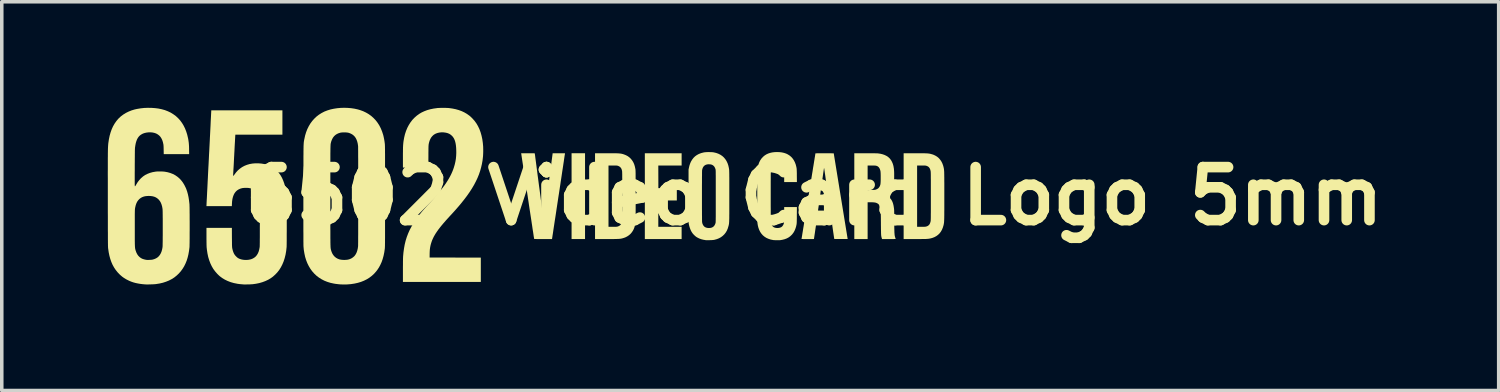
<source format=kicad_pcb>
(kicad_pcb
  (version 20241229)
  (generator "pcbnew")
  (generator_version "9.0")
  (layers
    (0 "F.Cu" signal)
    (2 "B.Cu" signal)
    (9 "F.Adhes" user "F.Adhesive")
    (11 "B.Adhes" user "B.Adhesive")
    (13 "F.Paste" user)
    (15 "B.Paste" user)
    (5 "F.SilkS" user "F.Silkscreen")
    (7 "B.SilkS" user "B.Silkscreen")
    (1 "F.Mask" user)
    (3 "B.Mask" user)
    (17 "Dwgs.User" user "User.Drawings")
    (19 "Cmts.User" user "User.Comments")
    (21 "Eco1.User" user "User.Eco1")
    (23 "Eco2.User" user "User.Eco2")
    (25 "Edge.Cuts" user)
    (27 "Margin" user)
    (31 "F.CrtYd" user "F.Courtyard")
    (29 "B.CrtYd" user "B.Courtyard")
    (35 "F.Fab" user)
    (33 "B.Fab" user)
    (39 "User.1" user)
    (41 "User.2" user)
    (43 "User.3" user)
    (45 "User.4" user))
  (footprint "6502 Video Card Logo 5mm"
    (layer "F.Cu")
    (at 19.985 2.5)
    (property "Reference" "6502 Video Card Logo 5mm" (at 0 0 0) (layer "F.SilkS") (effects (font (size 1.5 1.5) (thickness 0.3))))
    (attr board_only exclude_from_pos_files exclude_from_bom)
    (fp_poly (pts (xy -6.481 0) (xy -6.481 1.214) (xy -6.672 1.214) (xy -6.862 1.214) (xy -6.862 0) (xy -6.862 -1.214) (xy -6.672 -1.214) (xy -6.481 -1.214)) (stroke (width 0) (type solid)) (fill yes) (layer "F.SilkS"))
    (fp_poly (pts (xy -3.748 -1.041) (xy -3.748 -0.867) (xy -4.078 -0.867) (xy -4.408 -0.867) (xy -4.407 -0.547) (xy -4.406 -0.226) (xy -4.145 -0.225) (xy -3.884 -0.224) (xy -3.884 -0.051) (xy -3.884 0.123) (xy -4.146 0.123) (xy -4.408 0.123) (xy -4.408 0.495) (xy -4.408 0.867) (xy -4.078 0.867) (xy -3.748 0.867) (xy -3.748 1.041) (xy -3.748 1.214) (xy -4.269 1.214) (xy -4.789 1.214) (xy -4.789 0) (xy -4.789 -1.214) (xy -4.269 -1.214) (xy -3.748 -1.214)) (stroke (width 0) (type solid)) (fill yes) (layer "F.SilkS"))
    (fp_poly (pts (xy -8.048 -1.214) (xy -8.009 -1.214) (xy -7.977 -1.214) (xy -7.951 -1.213) (xy -7.932 -1.213) (xy -7.918 -1.212) (xy -7.909 -1.211) (xy -7.904 -1.21) (xy -7.903 -1.209) (xy -7.902 -1.204) (xy -7.901 -1.191) (xy -7.898 -1.171) (xy -7.894 -1.144) (xy -7.89 -1.11) (xy -7.885 -1.07) (xy -7.879 -1.025) (xy -7.872 -0.974) (xy -7.865 -0.919) (xy -7.857 -0.86) (xy -7.849 -0.796) (xy -7.84 -0.73) (xy -7.831 -0.66) (xy -7.822 -0.588) (xy -7.812 -0.515) (xy -7.802 -0.439) (xy -7.792 -0.363) (xy -7.782 -0.286) (xy -7.771 -0.209) (xy -7.761 -0.133) (xy -7.751 -0.057) (xy -7.741 0.017) (xy -7.732 0.09) (xy -7.722 0.161) (xy -7.713 0.229) (xy -7.705 0.293) (xy -7.697 0.354) (xy -7.689 0.411) (xy -7.682 0.464) (xy -7.676 0.512) (xy -7.67 0.554) (xy -7.665 0.59) (xy -7.661 0.62) (xy -7.658 0.643) (xy -7.656 0.659) (xy -7.655 0.667) (xy -7.655 0.668) (xy -7.651 0.671) (xy -7.649 0.67) (xy -7.648 0.666) (xy -7.646 0.653) (xy -7.643 0.633) (xy -7.64 0.606) (xy -7.635 0.571) (xy -7.629 0.531) (xy -7.623 0.484) (xy -7.616 0.431) (xy -7.608 0.373) (xy -7.599 0.31) (xy -7.59 0.242) (xy -7.58 0.17) (xy -7.57 0.095) (xy -7.56 0.015) (xy -7.549 -0.067) (xy -7.537 -0.152) (xy -7.526 -0.239) (xy -7.521 -0.274) (xy -7.397 -1.214) (xy -7.223 -1.214) (xy -7.185 -1.214) (xy -7.15 -1.214) (xy -7.119 -1.214) (xy -7.093 -1.214) (xy -7.071 -1.213) (xy -7.057 -1.213) (xy -7.049 -1.213) (xy -7.048 -1.213) (xy -7.049 -1.208) (xy -7.05 -1.196) (xy -7.053 -1.176) (xy -7.058 -1.149) (xy -7.063 -1.115) (xy -7.069 -1.075) (xy -7.076 -1.029) (xy -7.083 -0.977) (xy -7.092 -0.92) (xy -7.101 -0.858) (xy -7.111 -0.792) (xy -7.122 -0.723) (xy -7.133 -0.649) (xy -7.144 -0.573) (xy -7.156 -0.493) (xy -7.169 -0.412) (xy -7.181 -0.328) (xy -7.194 -0.243) (xy -7.207 -0.157) (xy -7.22 -0.07) (xy -7.234 0.017) (xy -7.247 0.104) (xy -7.26 0.19) (xy -7.273 0.276) (xy -7.286 0.36) (xy -7.298 0.443) (xy -7.31 0.523) (xy -7.322 0.601) (xy -7.334 0.676) (xy -7.345 0.748) (xy -7.355 0.816) (xy -7.365 0.88) (xy -7.374 0.94) (xy -7.382 0.994) (xy -7.389 1.043) (xy -7.396 1.087) (xy -7.402 1.124) (xy -7.406 1.154) (xy -7.41 1.178) (xy -7.412 1.195) (xy -7.414 1.203) (xy -7.414 1.205) (xy -7.416 1.214) (xy -7.668 1.214) (xy -7.723 1.214) (xy -7.769 1.214) (xy -7.809 1.214) (xy -7.841 1.214) (xy -7.867 1.213) (xy -7.888 1.213) (xy -7.903 1.212) (xy -7.913 1.211) (xy -7.919 1.21) (xy -7.921 1.209) (xy -7.921 1.209) (xy -7.922 1.204) (xy -7.924 1.192) (xy -7.927 1.171) (xy -7.932 1.144) (xy -7.937 1.109) (xy -7.943 1.068) (xy -7.95 1.02) (xy -7.959 0.966) (xy -7.968 0.907) (xy -7.977 0.842) (xy -7.988 0.772) (xy -7.999 0.697) (xy -8.011 0.618) (xy -8.024 0.535) (xy -8.037 0.448) (xy -8.051 0.358) (xy -8.065 0.265) (xy -8.079 0.169) (xy -8.094 0.071) (xy -8.103 0.008) (xy -8.118 -0.091) (xy -8.133 -0.189) (xy -8.148 -0.284) (xy -8.161 -0.376) (xy -8.175 -0.465) (xy -8.188 -0.551) (xy -8.2 -0.633) (xy -8.212 -0.711) (xy -8.223 -0.784) (xy -8.233 -0.852) (xy -8.243 -0.916) (xy -8.252 -0.974) (xy -8.26 -1.026) (xy -8.267 -1.072) (xy -8.273 -1.112) (xy -8.278 -1.144) (xy -8.281 -1.17) (xy -8.284 -1.188) (xy -8.286 -1.198) (xy -8.286 -1.2) (xy -8.289 -1.214) (xy -8.096 -1.214)) (stroke (width 0) (type solid)) (fill yes) (layer "F.SilkS"))
    (fp_poly (pts (xy -5.81 -1.214) (xy -5.751 -1.214) (xy -5.698 -1.214) (xy -5.653 -1.213) (xy -5.613 -1.213) (xy -5.578 -1.212) (xy -5.548 -1.211) (xy -5.522 -1.209) (xy -5.5 -1.207) (xy -5.479 -1.205) (xy -5.461 -1.202) (xy -5.444 -1.199) (xy -5.428 -1.195) (xy -5.411 -1.191) (xy -5.395 -1.185) (xy -5.383 -1.182) (xy -5.325 -1.159) (xy -5.272 -1.131) (xy -5.225 -1.096) (xy -5.194 -1.067) (xy -5.16 -1.027) (xy -5.131 -0.985) (xy -5.106 -0.939) (xy -5.086 -0.889) (xy -5.07 -0.833) (xy -5.057 -0.77) (xy -5.057 -0.77) (xy -5.056 -0.764) (xy -5.055 -0.758) (xy -5.054 -0.75) (xy -5.053 -0.742) (xy -5.053 -0.732) (xy -5.052 -0.72) (xy -5.052 -0.706) (xy -5.051 -0.689) (xy -5.051 -0.668) (xy -5.05 -0.645) (xy -5.05 -0.617) (xy -5.05 -0.584) (xy -5.05 -0.547) (xy -5.05 -0.505) (xy -5.049 -0.458) (xy -5.049 -0.404) (xy -5.049 -0.344) (xy -5.049 -0.277) (xy -5.049 -0.204) (xy -5.049 -0.122) (xy -5.049 -0.033) (xy -5.049 0) (xy -5.049 0.092) (xy -5.049 0.176) (xy -5.049 0.253) (xy -5.049 0.322) (xy -5.049 0.384) (xy -5.049 0.44) (xy -5.049 0.49) (xy -5.05 0.534) (xy -5.05 0.572) (xy -5.05 0.606) (xy -5.05 0.635) (xy -5.051 0.661) (xy -5.051 0.682) (xy -5.052 0.7) (xy -5.052 0.715) (xy -5.053 0.728) (xy -5.053 0.739) (xy -5.054 0.748) (xy -5.055 0.755) (xy -5.056 0.762) (xy -5.057 0.768) (xy -5.057 0.77) (xy -5.07 0.833) (xy -5.086 0.889) (xy -5.106 0.939) (xy -5.131 0.985) (xy -5.16 1.027) (xy -5.194 1.067) (xy -5.194 1.067) (xy -5.238 1.106) (xy -5.287 1.139) (xy -5.342 1.167) (xy -5.384 1.182) (xy -5.401 1.187) (xy -5.418 1.192) (xy -5.434 1.197) (xy -5.45 1.2) (xy -5.468 1.203) (xy -5.486 1.206) (xy -5.508 1.208) (xy -5.532 1.21) (xy -5.559 1.211) (xy -5.591 1.212) (xy -5.627 1.213) (xy -5.669 1.214) (xy -5.718 1.214) (xy -5.773 1.214) (xy -5.835 1.214) (xy -5.877 1.214) (xy -6.198 1.214) (xy -6.198 0) (xy -5.817 0) (xy -5.817 0.867) (xy -5.699 0.867) (xy -5.663 0.867) (xy -5.635 0.867) (xy -5.612 0.867) (xy -5.595 0.866) (xy -5.582 0.865) (xy -5.571 0.863) (xy -5.562 0.861) (xy -5.555 0.859) (xy -5.52 0.845) (xy -5.49 0.825) (xy -5.467 0.8) (xy -5.45 0.769) (xy -5.437 0.732) (xy -5.434 0.717) (xy -5.433 0.712) (xy -5.432 0.705) (xy -5.432 0.696) (xy -5.431 0.684) (xy -5.431 0.67) (xy -5.43 0.652) (xy -5.43 0.63) (xy -5.429 0.605) (xy -5.429 0.575) (xy -5.429 0.54) (xy -5.428 0.5) (xy -5.428 0.455) (xy -5.428 0.403) (xy -5.428 0.345) (xy -5.428 0.28) (xy -5.428 0.209) (xy -5.428 0.129) (xy -5.428 0.042) (xy -5.428 0) (xy -5.428 -0.091) (xy -5.428 -0.174) (xy -5.428 -0.249) (xy -5.428 -0.317) (xy -5.428 -0.378) (xy -5.428 -0.432) (xy -5.428 -0.48) (xy -5.429 -0.523) (xy -5.429 -0.56) (xy -5.429 -0.592) (xy -5.429 -0.619) (xy -5.43 -0.643) (xy -5.43 -0.662) (xy -5.431 -0.678) (xy -5.431 -0.691) (xy -5.432 -0.701) (xy -5.433 -0.709) (xy -5.434 -0.715) (xy -5.434 -0.717) (xy -5.445 -0.757) (xy -5.46 -0.79) (xy -5.482 -0.817) (xy -5.509 -0.839) (xy -5.542 -0.855) (xy -5.555 -0.859) (xy -5.564 -0.862) (xy -5.573 -0.864) (xy -5.584 -0.865) (xy -5.598 -0.866) (xy -5.616 -0.867) (xy -5.639 -0.867) (xy -5.669 -0.867) (xy -5.699 -0.867) (xy -5.817 -0.867) (xy -5.817 0) (xy -6.198 0) (xy -6.198 -1.214) (xy -5.877 -1.214)) (stroke (width 0) (type solid)) (fill yes) (layer "F.SilkS"))
    (fp_poly (pts (xy 2.857 -1.214) (xy 2.921 -1.214) (xy 2.978 -1.214) (xy 3.027 -1.214) (xy 3.07 -1.213) (xy 3.107 -1.213) (xy 3.139 -1.212) (xy 3.167 -1.211) (xy 3.19 -1.21) (xy 3.211 -1.209) (xy 3.229 -1.207) (xy 3.246 -1.205) (xy 3.261 -1.203) (xy 3.276 -1.2) (xy 3.291 -1.197) (xy 3.306 -1.193) (xy 3.369 -1.175) (xy 3.426 -1.149) (xy 3.478 -1.118) (xy 3.524 -1.08) (xy 3.564 -1.036) (xy 3.599 -0.986) (xy 3.628 -0.93) (xy 3.651 -0.868) (xy 3.662 -0.827) (xy 3.665 -0.815) (xy 3.667 -0.804) (xy 3.67 -0.792) (xy 3.672 -0.781) (xy 3.674 -0.769) (xy 3.676 -0.756) (xy 3.677 -0.742) (xy 3.678 -0.726) (xy 3.68 -0.707) (xy 3.681 -0.686) (xy 3.682 -0.662) (xy 3.682 -0.634) (xy 3.683 -0.603) (xy 3.683 -0.566) (xy 3.684 -0.526) (xy 3.684 -0.48) (xy 3.684 -0.428) (xy 3.685 -0.37) (xy 3.685 -0.306) (xy 3.685 -0.235) (xy 3.685 -0.157) (xy 3.685 -0.071) (xy 3.685 0) (xy 3.685 0.092) (xy 3.685 0.176) (xy 3.685 0.253) (xy 3.685 0.322) (xy 3.685 0.385) (xy 3.684 0.441) (xy 3.684 0.491) (xy 3.684 0.536) (xy 3.683 0.576) (xy 3.683 0.611) (xy 3.682 0.641) (xy 3.681 0.668) (xy 3.68 0.692) (xy 3.679 0.712) (xy 3.678 0.73) (xy 3.677 0.746) (xy 3.675 0.759) (xy 3.673 0.772) (xy 3.671 0.784) (xy 3.669 0.795) (xy 3.667 0.806) (xy 3.664 0.818) (xy 3.662 0.827) (xy 3.642 0.893) (xy 3.617 0.953) (xy 3.586 1.007) (xy 3.549 1.055) (xy 3.506 1.096) (xy 3.458 1.131) (xy 3.404 1.16) (xy 3.344 1.183) (xy 3.306 1.193) (xy 3.29 1.197) (xy 3.275 1.2) (xy 3.26 1.203) (xy 3.245 1.205) (xy 3.228 1.207) (xy 3.21 1.209) (xy 3.189 1.21) (xy 3.165 1.212) (xy 3.138 1.212) (xy 3.105 1.213) (xy 3.068 1.213) (xy 3.024 1.214) (xy 2.975 1.214) (xy 2.918 1.214) (xy 2.857 1.214) (xy 2.534 1.214) (xy 2.534 0) (xy 2.915 0) (xy 2.915 0.867) (xy 3.032 0.867) (xy 3.067 0.867) (xy 3.095 0.867) (xy 3.117 0.867) (xy 3.135 0.866) (xy 3.148 0.865) (xy 3.159 0.863) (xy 3.168 0.861) (xy 3.177 0.859) (xy 3.211 0.846) (xy 3.239 0.827) (xy 3.261 0.804) (xy 3.278 0.774) (xy 3.291 0.737) (xy 3.296 0.717) (xy 3.297 0.712) (xy 3.298 0.706) (xy 3.299 0.7) (xy 3.3 0.692) (xy 3.3 0.683) (xy 3.301 0.672) (xy 3.301 0.658) (xy 3.302 0.641) (xy 3.302 0.622) (xy 3.303 0.598) (xy 3.303 0.571) (xy 3.303 0.539) (xy 3.303 0.502) (xy 3.304 0.46) (xy 3.304 0.413) (xy 3.304 0.359) (xy 3.304 0.298) (xy 3.304 0.231) (xy 3.304 0.157) (xy 3.304 0.075) (xy 3.304 0) (xy 3.304 -0.089) (xy 3.304 -0.17) (xy 3.304 -0.243) (xy 3.304 -0.309) (xy 3.304 -0.368) (xy 3.304 -0.421) (xy 3.304 -0.468) (xy 3.303 -0.509) (xy 3.303 -0.545) (xy 3.303 -0.576) (xy 3.303 -0.602) (xy 3.302 -0.625) (xy 3.302 -0.644) (xy 3.301 -0.66) (xy 3.301 -0.674) (xy 3.3 -0.685) (xy 3.299 -0.694) (xy 3.299 -0.701) (xy 3.298 -0.707) (xy 3.297 -0.713) (xy 3.296 -0.717) (xy 3.285 -0.757) (xy 3.27 -0.79) (xy 3.25 -0.817) (xy 3.225 -0.838) (xy 3.194 -0.853) (xy 3.177 -0.859) (xy 3.168 -0.861) (xy 3.158 -0.863) (xy 3.147 -0.865) (xy 3.133 -0.866) (xy 3.116 -0.867) (xy 3.094 -0.867) (xy 3.065 -0.867) (xy 3.032 -0.867) (xy 2.915 -0.867) (xy 2.915 0) (xy 2.534 0) (xy 2.534 -1.214)) (stroke (width 0) (type solid)) (fill yes) (layer "F.SilkS"))
    (fp_poly (pts (xy 0.259 -1.213) (xy 0.297 -1.213) (xy 0.556 -1.212) (xy 0.753 0) (xy 0.95 1.212) (xy 0.762 1.213) (xy 0.723 1.213) (xy 0.687 1.213) (xy 0.654 1.213) (xy 0.625 1.213) (xy 0.602 1.213) (xy 0.585 1.213) (xy 0.575 1.212) (xy 0.572 1.212) (xy 0.571 1.208) (xy 0.569 1.196) (xy 0.566 1.178) (xy 0.562 1.154) (xy 0.558 1.125) (xy 0.553 1.093) (xy 0.548 1.057) (xy 0.542 1.02) (xy 0.537 0.982) (xy 0.531 0.944) (xy 0.526 0.907) (xy 0.521 0.871) (xy 0.516 0.838) (xy 0.512 0.809) (xy 0.508 0.785) (xy 0.506 0.765) (xy 0.504 0.753) (xy 0.504 0.748) (xy 0.503 0.746) (xy 0.502 0.745) (xy 0.498 0.744) (xy 0.492 0.743) (xy 0.483 0.742) (xy 0.469 0.741) (xy 0.452 0.741) (xy 0.428 0.741) (xy 0.399 0.741) (xy 0.364 0.741) (xy 0.321 0.741) (xy 0.285 0.741) (xy 0.066 0.742) (xy 0.031 0.977) (xy 0.025 1.021) (xy 0.019 1.062) (xy 0.013 1.099) (xy 0.008 1.133) (xy 0.004 1.161) (xy 0.000403 1.185) (xy -0.002 1.201) (xy -0.004 1.211) (xy -0.004 1.213) (xy -0.008 1.213) (xy -0.02 1.214) (xy -0.037 1.214) (xy -0.06 1.214) (xy -0.088 1.214) (xy -0.118 1.214) (xy -0.15 1.214) (xy -0.184 1.214) (xy -0.217 1.214) (xy -0.249 1.214) (xy -0.278 1.214) (xy -0.305 1.214) (xy -0.327 1.213) (xy -0.343 1.213) (xy -0.353 1.213) (xy -0.355 1.213) (xy -0.355 1.208) (xy -0.353 1.196) (xy -0.349 1.176) (xy -0.345 1.149) (xy -0.339 1.114) (xy -0.333 1.073) (xy -0.325 1.026) (xy -0.316 0.972) (xy -0.307 0.913) (xy -0.296 0.849) (xy -0.285 0.779) (xy -0.273 0.705) (xy -0.26 0.626) (xy -0.247 0.543) (xy -0.233 0.456) (xy -0.224 0.405) (xy 0.111 0.405) (xy 0.113 0.406) (xy 0.116 0.407) (xy 0.123 0.408) (xy 0.133 0.409) (xy 0.147 0.41) (xy 0.167 0.41) (xy 0.192 0.41) (xy 0.224 0.41) (xy 0.264 0.41) (xy 0.283 0.41) (xy 0.457 0.41) (xy 0.455 0.401) (xy 0.454 0.396) (xy 0.452 0.382) (xy 0.449 0.362) (xy 0.445 0.334) (xy 0.44 0.3) (xy 0.435 0.261) (xy 0.428 0.215) (xy 0.421 0.165) (xy 0.413 0.11) (xy 0.405 0.051) (xy 0.396 -0.012) (xy 0.387 -0.077) (xy 0.377 -0.145) (xy 0.37 -0.199) (xy 0.36 -0.268) (xy 0.35 -0.336) (xy 0.341 -0.4) (xy 0.332 -0.462) (xy 0.324 -0.519) (xy 0.317 -0.573) (xy 0.31 -0.621) (xy 0.303 -0.665) (xy 0.298 -0.702) (xy 0.293 -0.734) (xy 0.29 -0.759) (xy 0.287 -0.778) (xy 0.285 -0.788) (xy 0.285 -0.791) (xy 0.281 -0.79) (xy 0.28 -0.789) (xy 0.279 -0.784) (xy 0.277 -0.772) (xy 0.274 -0.752) (xy 0.27 -0.725) (xy 0.265 -0.691) (xy 0.259 -0.652) (xy 0.253 -0.607) (xy 0.246 -0.557) (xy 0.238 -0.503) (xy 0.23 -0.444) (xy 0.221 -0.382) (xy 0.212 -0.317) (xy 0.202 -0.249) (xy 0.195 -0.195) (xy 0.185 -0.125) (xy 0.176 -0.057) (xy 0.167 0.007) (xy 0.158 0.069) (xy 0.15 0.127) (xy 0.143 0.181) (xy 0.136 0.23) (xy 0.13 0.274) (xy 0.125 0.312) (xy 0.12 0.344) (xy 0.116 0.37) (xy 0.114 0.389) (xy 0.112 0.4) (xy 0.112 0.403) (xy 0.111 0.405) (xy -0.224 0.405) (xy -0.218 0.366) (xy -0.203 0.273) (xy -0.187 0.177) (xy -0.171 0.079) (xy -0.159 0.002) (xy -0.142 -0.098) (xy -0.126 -0.196) (xy -0.111 -0.291) (xy -0.096 -0.383) (xy -0.081 -0.473) (xy -0.067 -0.559) (xy -0.054 -0.641) (xy -0.041 -0.718) (xy -0.03 -0.792) (xy -0.018 -0.861) (xy -0.008 -0.924) (xy 0.001 -0.982) (xy 0.01 -1.034) (xy 0.017 -1.08) (xy 0.024 -1.12) (xy 0.029 -1.153) (xy 0.033 -1.179) (xy 0.036 -1.197) (xy 0.038 -1.208) (xy 0.038 -1.21) (xy 0.042 -1.211) (xy 0.054 -1.212) (xy 0.073 -1.212) (xy 0.099 -1.213) (xy 0.132 -1.213) (xy 0.169 -1.213) (xy 0.212 -1.213)) (stroke (width 0) (type solid)) (fill yes) (layer "F.SilkS"))
    (fp_poly (pts (xy 1.508 -1.214) (xy 1.564 -1.214) (xy 1.616 -1.214) (xy 1.663 -1.213) (xy 1.704 -1.213) (xy 1.739 -1.212) (xy 1.767 -1.211) (xy 1.789 -1.211) (xy 1.802 -1.21) (xy 1.803 -1.21) (xy 1.875 -1.2) (xy 1.941 -1.184) (xy 2 -1.163) (xy 2.052 -1.137) (xy 2.099 -1.105) (xy 2.14 -1.067) (xy 2.174 -1.023) (xy 2.203 -0.973) (xy 2.227 -0.917) (xy 2.245 -0.855) (xy 2.257 -0.786) (xy 2.259 -0.774) (xy 2.261 -0.75) (xy 2.263 -0.72) (xy 2.265 -0.684) (xy 2.266 -0.645) (xy 2.266 -0.604) (xy 2.266 -0.563) (xy 2.266 -0.524) (xy 2.265 -0.488) (xy 2.264 -0.46) (xy 2.258 -0.396) (xy 2.25 -0.338) (xy 2.238 -0.286) (xy 2.222 -0.239) (xy 2.202 -0.196) (xy 2.195 -0.183) (xy 2.172 -0.149) (xy 2.144 -0.116) (xy 2.111 -0.086) (xy 2.077 -0.06) (xy 2.043 -0.04) (xy 2.037 -0.038) (xy 2.024 -0.031) (xy 2.019 -0.025) (xy 2.021 -0.021) (xy 2.03 -0.016) (xy 2.074 0.004) (xy 2.112 0.027) (xy 2.146 0.055) (xy 2.175 0.087) (xy 2.199 0.124) (xy 2.219 0.166) (xy 2.236 0.215) (xy 2.249 0.271) (xy 2.259 0.334) (xy 2.261 0.348) (xy 2.262 0.362) (xy 2.264 0.377) (xy 2.265 0.395) (xy 2.266 0.417) (xy 2.266 0.442) (xy 2.267 0.473) (xy 2.267 0.509) (xy 2.267 0.551) (xy 2.268 0.601) (xy 2.268 0.648) (xy 2.268 0.731) (xy 2.268 0.806) (xy 2.269 0.873) (xy 2.27 0.931) (xy 2.272 0.983) (xy 2.273 1.026) (xy 2.276 1.062) (xy 2.278 1.091) (xy 2.281 1.113) (xy 2.282 1.122) (xy 2.293 1.163) (xy 2.306 1.202) (xy 2.308 1.207) (xy 2.308 1.208) (xy 2.307 1.21) (xy 2.304 1.211) (xy 2.298 1.212) (xy 2.289 1.213) (xy 2.275 1.213) (xy 2.257 1.214) (xy 2.232 1.214) (xy 2.202 1.214) (xy 2.165 1.214) (xy 2.12 1.214) (xy 2.117 1.214) (xy 1.922 1.214) (xy 1.917 1.194) (xy 1.913 1.18) (xy 1.909 1.168) (xy 1.906 1.157) (xy 1.904 1.146) (xy 1.902 1.135) (xy 1.9 1.123) (xy 1.898 1.109) (xy 1.897 1.094) (xy 1.896 1.075) (xy 1.895 1.053) (xy 1.894 1.027) (xy 1.894 0.996) (xy 1.893 0.96) (xy 1.892 0.917) (xy 1.892 0.869) (xy 1.891 0.813) (xy 1.891 0.753) (xy 1.89 0.687) (xy 1.89 0.629) (xy 1.889 0.577) (xy 1.888 0.533) (xy 1.888 0.495) (xy 1.887 0.462) (xy 1.886 0.434) (xy 1.885 0.41) (xy 1.884 0.39) (xy 1.882 0.373) (xy 1.88 0.359) (xy 1.878 0.346) (xy 1.876 0.335) (xy 1.873 0.324) (xy 1.87 0.314) (xy 1.868 0.306) (xy 1.854 0.27) (xy 1.836 0.242) (xy 1.813 0.219) (xy 1.785 0.201) (xy 1.775 0.197) (xy 1.757 0.189) (xy 1.736 0.183) (xy 1.713 0.179) (xy 1.685 0.176) (xy 1.652 0.174) (xy 1.612 0.173) (xy 1.601 0.173) (xy 1.515 0.173) (xy 1.515 0.694) (xy 1.515 1.214) (xy 1.326 1.214) (xy 1.138 1.214) (xy 1.138 0) (xy 1.138 -0.52) (xy 1.515 -0.52) (xy 1.515 -0.172) (xy 1.617 -0.174) (xy 1.65 -0.175) (xy 1.676 -0.176) (xy 1.697 -0.177) (xy 1.712 -0.178) (xy 1.725 -0.18) (xy 1.735 -0.182) (xy 1.745 -0.185) (xy 1.748 -0.186) (xy 1.784 -0.201) (xy 1.815 -0.221) (xy 1.839 -0.248) (xy 1.859 -0.28) (xy 1.873 -0.319) (xy 1.877 -0.335) (xy 1.879 -0.35) (xy 1.881 -0.372) (xy 1.883 -0.4) (xy 1.884 -0.433) (xy 1.885 -0.469) (xy 1.885 -0.507) (xy 1.885 -0.545) (xy 1.885 -0.583) (xy 1.884 -0.619) (xy 1.883 -0.652) (xy 1.881 -0.68) (xy 1.879 -0.702) (xy 1.877 -0.715) (xy 1.865 -0.756) (xy 1.849 -0.791) (xy 1.829 -0.819) (xy 1.805 -0.84) (xy 1.794 -0.846) (xy 1.781 -0.852) (xy 1.768 -0.857) (xy 1.753 -0.861) (xy 1.736 -0.864) (xy 1.716 -0.865) (xy 1.69 -0.867) (xy 1.659 -0.867) (xy 1.622 -0.867) (xy 1.515 -0.867) (xy 1.515 -0.52) (xy 1.138 -0.52) (xy 1.138 -1.214) (xy 1.449 -1.214)) (stroke (width 0) (type solid)) (fill yes) (layer "F.SilkS"))
    (fp_poly (pts (xy -0.975 -1.245) (xy -0.909 -1.237) (xy -0.848 -1.223) (xy -0.791 -1.204) (xy -0.749 -1.184) (xy -0.696 -1.151) (xy -0.65 -1.113) (xy -0.609 -1.068) (xy -0.574 -1.017) (xy -0.544 -0.96) (xy -0.52 -0.897) (xy -0.502 -0.827) (xy -0.497 -0.8) (xy -0.495 -0.788) (xy -0.493 -0.774) (xy -0.492 -0.757) (xy -0.491 -0.737) (xy -0.49 -0.712) (xy -0.489 -0.682) (xy -0.488 -0.645) (xy -0.488 -0.602) (xy -0.488 -0.579) (xy -0.486 -0.398) (xy -0.666 -0.398) (xy -0.846 -0.398) (xy -0.846 -0.558) (xy -0.846 -0.605) (xy -0.847 -0.645) (xy -0.847 -0.678) (xy -0.848 -0.705) (xy -0.85 -0.728) (xy -0.852 -0.747) (xy -0.855 -0.763) (xy -0.858 -0.777) (xy -0.863 -0.791) (xy -0.868 -0.804) (xy -0.871 -0.809) (xy -0.889 -0.84) (xy -0.913 -0.865) (xy -0.942 -0.883) (xy -0.976 -0.895) (xy -1.017 -0.901) (xy -1.036 -0.902) (xy -1.079 -0.899) (xy -1.117 -0.889) (xy -1.148 -0.874) (xy -1.174 -0.852) (xy -1.195 -0.823) (xy -1.211 -0.788) (xy -1.22 -0.754) (xy -1.221 -0.749) (xy -1.222 -0.743) (xy -1.223 -0.735) (xy -1.223 -0.725) (xy -1.224 -0.712) (xy -1.224 -0.696) (xy -1.225 -0.677) (xy -1.225 -0.655) (xy -1.226 -0.628) (xy -1.226 -0.597) (xy -1.226 -0.561) (xy -1.226 -0.519) (xy -1.226 -0.473) (xy -1.227 -0.42) (xy -1.227 -0.361) (xy -1.227 -0.295) (xy -1.227 -0.222) (xy -1.227 -0.141) (xy -1.227 -0.053) (xy -1.227 0.002) (xy -1.227 0.106) (xy -1.227 0.202) (xy -1.227 0.289) (xy -1.226 0.369) (xy -1.226 0.44) (xy -1.226 0.504) (xy -1.226 0.56) (xy -1.225 0.609) (xy -1.225 0.65) (xy -1.225 0.684) (xy -1.224 0.711) (xy -1.224 0.73) (xy -1.223 0.743) (xy -1.222 0.75) (xy -1.211 0.791) (xy -1.194 0.826) (xy -1.173 0.854) (xy -1.146 0.876) (xy -1.114 0.891) (xy -1.077 0.899) (xy -1.039 0.902) (xy -0.996 0.899) (xy -0.959 0.89) (xy -0.927 0.876) (xy -0.901 0.855) (xy -0.881 0.828) (xy -0.871 0.811) (xy -0.866 0.799) (xy -0.861 0.788) (xy -0.858 0.776) (xy -0.854 0.763) (xy -0.852 0.749) (xy -0.85 0.731) (xy -0.849 0.711) (xy -0.847 0.686) (xy -0.847 0.656) (xy -0.846 0.62) (xy -0.846 0.577) (xy -0.846 0.527) (xy -0.846 0.516) (xy -0.846 0.309) (xy -0.666 0.309) (xy -0.486 0.309) (xy -0.488 0.534) (xy -0.488 0.586) (xy -0.488 0.63) (xy -0.489 0.667) (xy -0.49 0.698) (xy -0.49 0.723) (xy -0.491 0.744) (xy -0.492 0.761) (xy -0.493 0.776) (xy -0.495 0.788) (xy -0.496 0.798) (xy -0.496 0.8) (xy -0.511 0.867) (xy -0.531 0.928) (xy -0.555 0.984) (xy -0.584 1.034) (xy -0.619 1.08) (xy -0.632 1.094) (xy -0.675 1.135) (xy -0.722 1.169) (xy -0.775 1.197) (xy -0.834 1.219) (xy -0.898 1.235) (xy -0.949 1.244) (xy -0.971 1.246) (xy -0.999 1.247) (xy -1.031 1.247) (xy -1.064 1.247) (xy -1.097 1.246) (xy -1.127 1.245) (xy -1.151 1.243) (xy -1.159 1.242) (xy -1.228 1.228) (xy -1.292 1.207) (xy -1.35 1.181) (xy -1.402 1.148) (xy -1.449 1.109) (xy -1.489 1.064) (xy -1.524 1.013) (xy -1.553 0.955) (xy -1.576 0.892) (xy -1.593 0.823) (xy -1.603 0.756) (xy -1.604 0.747) (xy -1.604 0.729) (xy -1.605 0.704) (xy -1.605 0.672) (xy -1.606 0.634) (xy -1.606 0.591) (xy -1.606 0.542) (xy -1.607 0.488) (xy -1.607 0.431) (xy -1.607 0.369) (xy -1.607 0.305) (xy -1.608 0.239) (xy -1.608 0.17) (xy -1.608 0.101) (xy -1.608 0.03) (xy -1.608 -0.041) (xy -1.608 -0.111) (xy -1.608 -0.181) (xy -1.608 -0.249) (xy -1.607 -0.315) (xy -1.607 -0.379) (xy -1.607 -0.44) (xy -1.607 -0.497) (xy -1.606 -0.549) (xy -1.606 -0.598) (xy -1.606 -0.641) (xy -1.605 -0.678) (xy -1.605 -0.708) (xy -1.604 -0.732) (xy -1.604 -0.749) (xy -1.603 -0.756) (xy -1.592 -0.829) (xy -1.574 -0.897) (xy -1.551 -0.959) (xy -1.522 -1.016) (xy -1.487 -1.066) (xy -1.446 -1.111) (xy -1.4 -1.15) (xy -1.35 -1.182) (xy -1.298 -1.206) (xy -1.243 -1.224) (xy -1.185 -1.237) (xy -1.121 -1.245) (xy -1.052 -1.248) (xy -1.047 -1.248)) (stroke (width 0) (type solid)) (fill yes) (layer "F.SilkS"))
    (fp_poly (pts (xy -10.456 -2.497) (xy -10.418 -2.497) (xy -10.384 -2.496) (xy -10.355 -2.494) (xy -10.335 -2.493) (xy -10.235 -2.479) (xy -10.141 -2.46) (xy -10.053 -2.435) (xy -9.971 -2.405) (xy -9.895 -2.369) (xy -9.823 -2.327) (xy -9.756 -2.279) (xy -9.745 -2.271) (xy -9.729 -2.257) (xy -9.71 -2.24) (xy -9.69 -2.22) (xy -9.67 -2.201) (xy -9.665 -2.195) (xy -9.607 -2.13) (xy -9.555 -2.058) (xy -9.51 -1.981) (xy -9.47 -1.897) (xy -9.437 -1.808) (xy -9.41 -1.713) (xy -9.388 -1.612) (xy -9.373 -1.505) (xy -9.367 -1.439) (xy -9.364 -1.403) (xy -9.363 -1.361) (xy -9.362 -1.315) (xy -9.362 -1.268) (xy -9.363 -1.221) (xy -9.365 -1.177) (xy -9.367 -1.138) (xy -9.369 -1.115) (xy -9.381 -1.011) (xy -9.399 -0.91) (xy -9.422 -0.81) (xy -9.45 -0.711) (xy -9.484 -0.612) (xy -9.524 -0.514) (xy -9.571 -0.415) (xy -9.623 -0.316) (xy -9.682 -0.216) (xy -9.748 -0.114) (xy -9.821 -0.01) (xy -9.902 0.097) (xy -9.989 0.206) (xy -10.018 0.241) (xy -10.051 0.28) (xy -10.084 0.318) (xy -10.117 0.356) (xy -10.151 0.395) (xy -10.187 0.435) (xy -10.227 0.479) (xy -10.271 0.527) (xy -10.293 0.55) (xy -10.364 0.628) (xy -10.429 0.7) (xy -10.488 0.768) (xy -10.541 0.831) (xy -10.589 0.891) (xy -10.633 0.948) (xy -10.671 1.002) (xy -10.706 1.054) (xy -10.736 1.104) (xy -10.763 1.152) (xy -10.786 1.2) (xy -10.807 1.247) (xy -10.824 1.294) (xy -10.839 1.342) (xy -10.849 1.377) (xy -10.859 1.423) (xy -10.867 1.468) (xy -10.873 1.515) (xy -10.876 1.565) (xy -10.878 1.622) (xy -10.878 1.637) (xy -10.879 1.737) (xy -10.154 1.738) (xy -9.43 1.739) (xy -9.43 2.084) (xy -9.43 2.428) (xy -10.532 2.428) (xy -11.634 2.428) (xy -11.634 2.105) (xy -11.634 2.052) (xy -11.634 1.999) (xy -11.633 1.948) (xy -11.633 1.901) (xy -11.633 1.856) (xy -11.632 1.816) (xy -11.632 1.781) (xy -11.631 1.752) (xy -11.63 1.73) (xy -11.63 1.717) (xy -11.619 1.594) (xy -11.603 1.478) (xy -11.583 1.367) (xy -11.557 1.26) (xy -11.525 1.157) (xy -11.487 1.057) (xy -11.443 0.958) (xy -11.391 0.86) (xy -11.333 0.762) (xy -11.267 0.663) (xy -11.213 0.588) (xy -11.18 0.544) (xy -11.146 0.501) (xy -11.111 0.457) (xy -11.074 0.413) (xy -11.034 0.367) (xy -10.991 0.318) (xy -10.944 0.265) (xy -10.891 0.208) (xy -10.879 0.195) (xy -10.795 0.103) (xy -10.717 0.015) (xy -10.646 -0.068) (xy -10.581 -0.147) (xy -10.521 -0.223) (xy -10.466 -0.295) (xy -10.417 -0.365) (xy -10.373 -0.433) (xy -10.333 -0.499) (xy -10.297 -0.564) (xy -10.265 -0.628) (xy -10.237 -0.691) (xy -10.212 -0.754) (xy -10.194 -0.806) (xy -10.169 -0.89) (xy -10.15 -0.972) (xy -10.136 -1.053) (xy -10.128 -1.136) (xy -10.124 -1.222) (xy -10.125 -1.295) (xy -10.128 -1.367) (xy -10.134 -1.432) (xy -10.143 -1.49) (xy -10.155 -1.541) (xy -10.17 -1.587) (xy -10.188 -1.628) (xy -10.21 -1.663) (xy -10.235 -1.695) (xy -10.24 -1.7) (xy -10.277 -1.734) (xy -10.318 -1.761) (xy -10.364 -1.781) (xy -10.415 -1.795) (xy -10.472 -1.803) (xy -10.494 -1.805) (xy -10.554 -1.805) (xy -10.611 -1.798) (xy -10.664 -1.785) (xy -10.712 -1.766) (xy -10.755 -1.741) (xy -10.773 -1.727) (xy -10.806 -1.695) (xy -10.835 -1.659) (xy -10.859 -1.616) (xy -10.88 -1.567) (xy -10.896 -1.512) (xy -10.903 -1.48) (xy -10.905 -1.471) (xy -10.906 -1.462) (xy -10.907 -1.453) (xy -10.908 -1.443) (xy -10.909 -1.43) (xy -10.91 -1.415) (xy -10.911 -1.397) (xy -10.911 -1.375) (xy -10.912 -1.348) (xy -10.912 -1.316) (xy -10.912 -1.278) (xy -10.913 -1.233) (xy -10.913 -1.182) (xy -10.913 -1.122) (xy -10.913 -1.122) (xy -10.915 -0.808) (xy -11.275 -0.808) (xy -11.634 -0.808) (xy -11.634 -1.095) (xy -11.634 -1.159) (xy -11.634 -1.215) (xy -11.633 -1.264) (xy -11.633 -1.307) (xy -11.632 -1.345) (xy -11.632 -1.378) (xy -11.63 -1.408) (xy -11.629 -1.435) (xy -11.627 -1.46) (xy -11.625 -1.483) (xy -11.623 -1.506) (xy -11.62 -1.53) (xy -11.617 -1.555) (xy -11.599 -1.657) (xy -11.576 -1.754) (xy -11.546 -1.845) (xy -11.51 -1.932) (xy -11.468 -2.012) (xy -11.42 -2.088) (xy -11.367 -2.157) (xy -11.307 -2.22) (xy -11.242 -2.277) (xy -11.177 -2.325) (xy -11.106 -2.367) (xy -11.029 -2.403) (xy -10.947 -2.434) (xy -10.858 -2.459) (xy -10.764 -2.478) (xy -10.663 -2.492) (xy -10.661 -2.493) (xy -10.638 -2.494) (xy -10.608 -2.496) (xy -10.573 -2.497) (xy -10.535 -2.497) (xy -10.496 -2.498)) (stroke (width 0) (type solid)) (fill yes) (layer "F.SilkS"))
    (fp_poly (pts (xy -2.946 -1.246) (xy -2.907 -1.245) (xy -2.872 -1.243) (xy -2.843 -1.239) (xy -2.837 -1.238) (xy -2.769 -1.222) (xy -2.706 -1.199) (xy -2.649 -1.17) (xy -2.597 -1.135) (xy -2.552 -1.094) (xy -2.512 -1.046) (xy -2.478 -0.993) (xy -2.449 -0.933) (xy -2.427 -0.868) (xy -2.411 -0.797) (xy -2.405 -0.756) (xy -2.404 -0.748) (xy -2.403 -0.739) (xy -2.403 -0.728) (xy -2.402 -0.715) (xy -2.402 -0.699) (xy -2.401 -0.679) (xy -2.401 -0.657) (xy -2.4 -0.63) (xy -2.4 -0.599) (xy -2.4 -0.564) (xy -2.399 -0.523) (xy -2.399 -0.477) (xy -2.399 -0.426) (xy -2.399 -0.368) (xy -2.399 -0.303) (xy -2.399 -0.231) (xy -2.399 -0.152) (xy -2.399 -0.066) (xy -2.399 0.001) (xy -2.399 0.094) (xy -2.399 0.18) (xy -2.399 0.258) (xy -2.399 0.328) (xy -2.399 0.392) (xy -2.399 0.449) (xy -2.399 0.501) (xy -2.4 0.546) (xy -2.4 0.587) (xy -2.4 0.623) (xy -2.401 0.655) (xy -2.402 0.682) (xy -2.403 0.706) (xy -2.403 0.727) (xy -2.405 0.745) (xy -2.406 0.761) (xy -2.407 0.775) (xy -2.409 0.788) (xy -2.411 0.8) (xy -2.413 0.81) (xy -2.415 0.821) (xy -2.418 0.832) (xy -2.421 0.843) (xy -2.423 0.85) (xy -2.443 0.917) (xy -2.469 0.978) (xy -2.502 1.033) (xy -2.541 1.082) (xy -2.586 1.125) (xy -2.636 1.162) (xy -2.692 1.193) (xy -2.753 1.217) (xy -2.819 1.235) (xy -2.834 1.238) (xy -2.851 1.24) (xy -2.874 1.242) (xy -2.901 1.244) (xy -2.932 1.245) (xy -2.963 1.246) (xy -2.994 1.247) (xy -3.023 1.247) (xy -3.046 1.247) (xy -3.064 1.246) (xy -3.067 1.245) (xy -3.133 1.234) (xy -3.196 1.218) (xy -3.254 1.196) (xy -3.307 1.169) (xy -3.329 1.156) (xy -3.349 1.141) (xy -3.373 1.121) (xy -3.396 1.098) (xy -3.419 1.075) (xy -3.437 1.053) (xy -3.44 1.049) (xy -3.468 1.007) (xy -3.493 0.958) (xy -3.514 0.903) (xy -3.532 0.845) (xy -3.542 0.8) (xy -3.552 0.751) (xy -3.552 0.028) (xy -3.173 0.028) (xy -3.173 0.097) (xy -3.173 0.165) (xy -3.173 0.232) (xy -3.173 0.298) (xy -3.173 0.36) (xy -3.172 0.42) (xy -3.172 0.477) (xy -3.172 0.529) (xy -3.171 0.577) (xy -3.171 0.62) (xy -3.171 0.657) (xy -3.17 0.688) (xy -3.17 0.712) (xy -3.169 0.729) (xy -3.169 0.738) (xy -3.168 0.739) (xy -3.158 0.782) (xy -3.141 0.818) (xy -3.12 0.848) (xy -3.093 0.872) (xy -3.061 0.888) (xy -3.025 0.898) (xy -3.009 0.9) (xy -2.97 0.902) (xy -2.933 0.899) (xy -2.902 0.892) (xy -2.899 0.891) (xy -2.867 0.876) (xy -2.839 0.854) (xy -2.816 0.825) (xy -2.798 0.789) (xy -2.789 0.761) (xy -2.788 0.757) (xy -2.787 0.753) (xy -2.786 0.747) (xy -2.786 0.74) (xy -2.785 0.731) (xy -2.785 0.72) (xy -2.784 0.707) (xy -2.784 0.69) (xy -2.783 0.67) (xy -2.783 0.647) (xy -2.783 0.619) (xy -2.782 0.587) (xy -2.782 0.549) (xy -2.782 0.507) (xy -2.782 0.459) (xy -2.782 0.405) (xy -2.782 0.344) (xy -2.782 0.277) (xy -2.782 0.202) (xy -2.782 0.12) (xy -2.782 0.03) (xy -2.782 0) (xy -2.782 -0.093) (xy -2.782 -0.177) (xy -2.782 -0.254) (xy -2.782 -0.324) (xy -2.782 -0.387) (xy -2.782 -0.443) (xy -2.782 -0.493) (xy -2.782 -0.537) (xy -2.782 -0.576) (xy -2.783 -0.61) (xy -2.783 -0.639) (xy -2.783 -0.664) (xy -2.783 -0.685) (xy -2.784 -0.703) (xy -2.784 -0.717) (xy -2.785 -0.729) (xy -2.786 -0.738) (xy -2.786 -0.746) (xy -2.787 -0.751) (xy -2.788 -0.756) (xy -2.789 -0.76) (xy -2.789 -0.761) (xy -2.804 -0.801) (xy -2.823 -0.835) (xy -2.848 -0.862) (xy -2.877 -0.882) (xy -2.911 -0.895) (xy -2.943 -0.9) (xy -2.991 -0.902) (xy -3.032 -0.897) (xy -3.069 -0.885) (xy -3.099 -0.867) (xy -3.125 -0.842) (xy -3.145 -0.811) (xy -3.16 -0.773) (xy -3.168 -0.739) (xy -3.169 -0.731) (xy -3.17 -0.716) (xy -3.17 -0.693) (xy -3.171 -0.663) (xy -3.171 -0.627) (xy -3.171 -0.586) (xy -3.172 -0.539) (xy -3.172 -0.487) (xy -3.172 -0.432) (xy -3.172 -0.372) (xy -3.173 -0.31) (xy -3.173 -0.245) (xy -3.173 -0.179) (xy -3.173 -0.11) (xy -3.173 -0.041) (xy -3.173 0.028) (xy -3.552 0.028) (xy -3.552 0) (xy -3.552 -0.751) (xy -3.542 -0.8) (xy -3.528 -0.861) (xy -3.509 -0.918) (xy -3.487 -0.971) (xy -3.482 -0.98) (xy -3.449 -1.035) (xy -3.411 -1.084) (xy -3.368 -1.126) (xy -3.318 -1.162) (xy -3.263 -1.192) (xy -3.202 -1.216) (xy -3.135 -1.234) (xy -3.124 -1.236) (xy -3.097 -1.241) (xy -3.064 -1.244) (xy -3.027 -1.246) (xy -2.987 -1.247)) (stroke (width 0) (type solid)) (fill yes) (layer "F.SilkS"))
    (fp_poly (pts (xy -15.044 -2.084) (xy -15.044 -1.739) (xy -15.71 -1.739) (xy -16.376 -1.739) (xy -16.378 -1.704) (xy -16.379 -1.695) (xy -16.38 -1.679) (xy -16.381 -1.655) (xy -16.383 -1.624) (xy -16.385 -1.587) (xy -16.387 -1.545) (xy -16.39 -1.497) (xy -16.393 -1.445) (xy -16.396 -1.389) (xy -16.399 -1.329) (xy -16.402 -1.267) (xy -16.406 -1.202) (xy -16.408 -1.155) (xy -16.412 -1.089) (xy -16.415 -1.025) (xy -16.418 -0.964) (xy -16.421 -0.905) (xy -16.424 -0.85) (xy -16.427 -0.8) (xy -16.43 -0.754) (xy -16.432 -0.713) (xy -16.434 -0.678) (xy -16.435 -0.649) (xy -16.437 -0.628) (xy -16.437 -0.613) (xy -16.438 -0.608) (xy -16.439 -0.592) (xy -16.439 -0.582) (xy -16.437 -0.577) (xy -16.434 -0.576) (xy -16.433 -0.575) (xy -16.426 -0.579) (xy -16.417 -0.59) (xy -16.404 -0.606) (xy -16.402 -0.61) (xy -16.355 -0.673) (xy -16.303 -0.73) (xy -16.245 -0.779) (xy -16.184 -0.822) (xy -16.117 -0.858) (xy -16.047 -0.886) (xy -15.972 -0.908) (xy -15.893 -0.922) (xy -15.81 -0.929) (xy -15.728 -0.929) (xy -15.641 -0.922) (xy -15.561 -0.909) (xy -15.485 -0.89) (xy -15.414 -0.865) (xy -15.348 -0.833) (xy -15.299 -0.803) (xy -15.241 -0.759) (xy -15.187 -0.708) (xy -15.139 -0.651) (xy -15.094 -0.586) (xy -15.055 -0.516) (xy -15.021 -0.439) (xy -14.991 -0.355) (xy -14.967 -0.266) (xy -14.948 -0.172) (xy -14.942 -0.136) (xy -14.939 -0.118) (xy -14.937 -0.101) (xy -14.935 -0.084) (xy -14.933 -0.068) (xy -14.931 -0.051) (xy -14.929 -0.034) (xy -14.928 -0.015) (xy -14.927 0.005) (xy -14.926 0.028) (xy -14.925 0.053) (xy -14.924 0.081) (xy -14.923 0.112) (xy -14.923 0.147) (xy -14.922 0.187) (xy -14.922 0.232) (xy -14.922 0.282) (xy -14.921 0.337) (xy -14.921 0.399) (xy -14.921 0.467) (xy -14.921 0.542) (xy -14.921 0.625) (xy -14.921 0.716) (xy -14.921 0.722) (xy -14.921 0.818) (xy -14.921 0.909) (xy -14.921 0.993) (xy -14.922 1.071) (xy -14.922 1.142) (xy -14.922 1.206) (xy -14.922 1.263) (xy -14.923 1.312) (xy -14.923 1.354) (xy -14.924 1.388) (xy -14.924 1.414) (xy -14.925 1.432) (xy -14.925 1.439) (xy -14.937 1.549) (xy -14.955 1.653) (xy -14.979 1.751) (xy -15.009 1.844) (xy -15.045 1.931) (xy -15.087 2.013) (xy -15.134 2.088) (xy -15.188 2.157) (xy -15.248 2.22) (xy -15.313 2.278) (xy -15.378 2.325) (xy -15.449 2.367) (xy -15.527 2.403) (xy -15.61 2.434) (xy -15.699 2.46) (xy -15.793 2.479) (xy -15.888 2.492) (xy -15.904 2.493) (xy -15.927 2.494) (xy -15.954 2.496) (xy -15.985 2.497) (xy -16.017 2.497) (xy -16.049 2.498) (xy -16.079 2.499) (xy -16.106 2.499) (xy -16.128 2.499) (xy -16.144 2.498) (xy -16.148 2.498) (xy -16.186 2.494) (xy -16.218 2.492) (xy -16.244 2.489) (xy -16.266 2.487) (xy -16.285 2.484) (xy -16.302 2.482) (xy -16.32 2.479) (xy -16.323 2.478) (xy -16.419 2.459) (xy -16.509 2.433) (xy -16.595 2.4) (xy -16.675 2.361) (xy -16.749 2.316) (xy -16.81 2.271) (xy -16.826 2.257) (xy -16.845 2.24) (xy -16.865 2.22) (xy -16.885 2.201) (xy -16.89 2.195) (xy -16.947 2.13) (xy -16.999 2.06) (xy -17.044 1.983) (xy -17.083 1.901) (xy -17.116 1.813) (xy -17.144 1.72) (xy -17.165 1.62) (xy -17.181 1.514) (xy -17.189 1.437) (xy -17.189 1.422) (xy -17.19 1.4) (xy -17.191 1.372) (xy -17.191 1.338) (xy -17.192 1.299) (xy -17.192 1.257) (xy -17.193 1.212) (xy -17.193 1.166) (xy -17.193 1.14) (xy -17.193 0.897) (xy -16.833 0.897) (xy -16.474 0.897) (xy -16.473 1.167) (xy -16.472 1.222) (xy -16.472 1.27) (xy -16.471 1.311) (xy -16.471 1.346) (xy -16.471 1.375) (xy -16.47 1.399) (xy -16.469 1.419) (xy -16.468 1.435) (xy -16.467 1.448) (xy -16.466 1.459) (xy -16.465 1.469) (xy -16.463 1.476) (xy -16.455 1.514) (xy -16.444 1.552) (xy -16.431 1.589) (xy -16.417 1.621) (xy -16.409 1.637) (xy -16.394 1.659) (xy -16.375 1.684) (xy -16.352 1.708) (xy -16.329 1.73) (xy -16.306 1.748) (xy -16.295 1.755) (xy -16.254 1.775) (xy -16.207 1.79) (xy -16.157 1.8) (xy -16.104 1.805) (xy -16.05 1.805) (xy -15.996 1.8) (xy -15.945 1.789) (xy -15.927 1.784) (xy -15.879 1.764) (xy -15.836 1.738) (xy -15.798 1.706) (xy -15.765 1.666) (xy -15.738 1.62) (xy -15.716 1.568) (xy -15.7 1.509) (xy -15.688 1.444) (xy -15.687 1.433) (xy -15.686 1.423) (xy -15.686 1.406) (xy -15.685 1.381) (xy -15.685 1.349) (xy -15.684 1.312) (xy -15.684 1.268) (xy -15.684 1.22) (xy -15.683 1.168) (xy -15.683 1.112) (xy -15.683 1.053) (xy -15.683 0.992) (xy -15.683 0.928) (xy -15.683 0.863) (xy -15.682 0.798) (xy -15.682 0.733) (xy -15.683 0.668) (xy -15.683 0.604) (xy -15.683 0.542) (xy -15.683 0.482) (xy -15.683 0.425) (xy -15.683 0.372) (xy -15.684 0.323) (xy -15.684 0.278) (xy -15.685 0.239) (xy -15.685 0.205) (xy -15.685 0.178) (xy -15.686 0.159) (xy -15.687 0.147) (xy -15.687 0.145) (xy -15.697 0.078) (xy -15.712 0.017) (xy -15.732 -0.037) (xy -15.758 -0.084) (xy -15.789 -0.125) (xy -15.825 -0.159) (xy -15.867 -0.187) (xy -15.914 -0.21) (xy -15.967 -0.225) (xy -15.974 -0.227) (xy -16.004 -0.232) (xy -16.038 -0.234) (xy -16.076 -0.235) (xy -16.115 -0.234) (xy -16.151 -0.231) (xy -16.182 -0.227) (xy -16.19 -0.225) (xy -16.243 -0.209) (xy -16.289 -0.187) (xy -16.331 -0.159) (xy -16.367 -0.124) (xy -16.398 -0.083) (xy -16.423 -0.035) (xy -16.443 0.019) (xy -16.458 0.079) (xy -16.468 0.147) (xy -16.472 0.21) (xy -16.475 0.283) (xy -16.834 0.283) (xy -17.193 0.283) (xy -17.193 0.268) (xy -17.193 0.262) (xy -17.192 0.249) (xy -17.191 0.227) (xy -17.19 0.198) (xy -17.188 0.162) (xy -17.186 0.119) (xy -17.183 0.07) (xy -17.18 0.015) (xy -17.177 -0.047) (xy -17.174 -0.114) (xy -17.17 -0.186) (xy -17.166 -0.263) (xy -17.162 -0.344) (xy -17.158 -0.43) (xy -17.153 -0.52) (xy -17.149 -0.613) (xy -17.144 -0.709) (xy -17.139 -0.809) (xy -17.133 -0.911) (xy -17.128 -1.015) (xy -17.125 -1.072) (xy -17.12 -1.178) (xy -17.114 -1.281) (xy -17.109 -1.382) (xy -17.104 -1.48) (xy -17.099 -1.575) (xy -17.095 -1.667) (xy -17.09 -1.755) (xy -17.086 -1.838) (xy -17.082 -1.918) (xy -17.078 -1.993) (xy -17.075 -2.062) (xy -17.072 -2.127) (xy -17.069 -2.186) (xy -17.066 -2.238) (xy -17.064 -2.285) (xy -17.062 -2.324) (xy -17.06 -2.357) (xy -17.059 -2.383) (xy -17.058 -2.4) (xy -17.057 -2.41) (xy -17.057 -2.412) (xy -17.057 -2.428) (xy -16.051 -2.428) (xy -15.044 -2.428)) (stroke (width 0) (type solid)) (fill yes) (layer "F.SilkS"))
    (fp_poly (pts (xy -13.198 -2.497) (xy -13.1 -2.489) (xy -13.006 -2.475) (xy -12.915 -2.455) (xy -12.849 -2.436) (xy -12.761 -2.404) (xy -12.679 -2.365) (xy -12.602 -2.32) (xy -12.531 -2.269) (xy -12.466 -2.211) (xy -12.406 -2.148) (xy -12.352 -2.078) (xy -12.303 -2.002) (xy -12.261 -1.92) (xy -12.225 -1.832) (xy -12.194 -1.738) (xy -12.188 -1.715) (xy -12.177 -1.667) (xy -12.166 -1.613) (xy -12.156 -1.555) (xy -12.148 -1.495) (xy -12.147 -1.489) (xy -12.146 -1.483) (xy -12.146 -1.476) (xy -12.145 -1.469) (xy -12.145 -1.461) (xy -12.144 -1.451) (xy -12.144 -1.441) (xy -12.143 -1.428) (xy -12.143 -1.413) (xy -12.142 -1.396) (xy -12.142 -1.377) (xy -12.142 -1.355) (xy -12.141 -1.329) (xy -12.141 -1.3) (xy -12.141 -1.268) (xy -12.141 -1.231) (xy -12.14 -1.19) (xy -12.14 -1.145) (xy -12.14 -1.095) (xy -12.14 -1.04) (xy -12.14 -0.979) (xy -12.14 -0.913) (xy -12.14 -0.841) (xy -12.14 -0.762) (xy -12.14 -0.677) (xy -12.14 -0.586) (xy -12.139 -0.487) (xy -12.139 -0.381) (xy -12.139 -0.268) (xy -12.139 -0.146) (xy -12.139 -0.017) (xy -12.139 0) (xy -12.139 0.131) (xy -12.139 0.253) (xy -12.139 0.367) (xy -12.139 0.474) (xy -12.14 0.574) (xy -12.14 0.666) (xy -12.14 0.752) (xy -12.14 0.831) (xy -12.14 0.904) (xy -12.14 0.971) (xy -12.14 1.032) (xy -12.14 1.088) (xy -12.14 1.139) (xy -12.14 1.185) (xy -12.141 1.226) (xy -12.141 1.263) (xy -12.141 1.296) (xy -12.141 1.326) (xy -12.142 1.352) (xy -12.142 1.374) (xy -12.142 1.394) (xy -12.143 1.411) (xy -12.143 1.426) (xy -12.144 1.439) (xy -12.144 1.45) (xy -12.145 1.46) (xy -12.145 1.468) (xy -12.146 1.475) (xy -12.146 1.482) (xy -12.147 1.488) (xy -12.147 1.489) (xy -12.162 1.592) (xy -12.182 1.688) (xy -12.207 1.779) (xy -12.236 1.863) (xy -12.272 1.942) (xy -12.312 2.017) (xy -12.359 2.088) (xy -12.393 2.132) (xy -12.45 2.196) (xy -12.513 2.254) (xy -12.581 2.306) (xy -12.655 2.352) (xy -12.735 2.392) (xy -12.82 2.426) (xy -12.91 2.453) (xy -13.005 2.474) (xy -13.104 2.489) (xy -13.209 2.498) (xy -13.317 2.5) (xy -13.392 2.497) (xy -13.417 2.496) (xy -13.448 2.493) (xy -13.481 2.489) (xy -13.516 2.485) (xy -13.548 2.481) (xy -13.576 2.476) (xy -13.588 2.474) (xy -13.685 2.453) (xy -13.775 2.425) (xy -13.86 2.391) (xy -13.939 2.35) (xy -14.013 2.303) (xy -14.082 2.25) (xy -14.145 2.19) (xy -14.203 2.124) (xy -14.253 2.055) (xy -14.299 1.978) (xy -14.339 1.897) (xy -14.373 1.81) (xy -14.401 1.719) (xy -14.422 1.621) (xy -14.439 1.518) (xy -14.447 1.43) (xy -14.448 1.421) (xy -14.448 1.405) (xy -14.449 1.384) (xy -14.449 1.357) (xy -14.449 1.323) (xy -14.45 1.283) (xy -14.45 1.237) (xy -14.45 1.184) (xy -14.45 1.124) (xy -14.45 1.057) (xy -14.451 0.983) (xy -14.451 0.902) (xy -14.451 0.813) (xy -14.451 0.717) (xy -14.451 0.613) (xy -14.451 0.502) (xy -14.451 0.383) (xy -14.451 0.255) (xy -14.451 0.12) (xy -14.45 -0.024) (xy -14.45 -0.04) (xy -14.45 -0.171) (xy -14.45 -0.293) (xy -14.45 -0.31) (xy -13.688 -0.31) (xy -13.688 -0.191) (xy -13.688 -0.063) (xy -13.688 0) (xy -13.688 0.131) (xy -13.688 0.254) (xy -13.688 0.37) (xy -13.688 0.477) (xy -13.688 0.578) (xy -13.688 0.671) (xy -13.688 0.757) (xy -13.688 0.837) (xy -13.688 0.91) (xy -13.687 0.978) (xy -13.687 1.04) (xy -13.687 1.096) (xy -13.687 1.148) (xy -13.687 1.194) (xy -13.686 1.236) (xy -13.686 1.274) (xy -13.686 1.307) (xy -13.685 1.337) (xy -13.685 1.363) (xy -13.684 1.387) (xy -13.683 1.407) (xy -13.683 1.424) (xy -13.682 1.439) (xy -13.681 1.452) (xy -13.68 1.464) (xy -13.679 1.473) (xy -13.678 1.482) (xy -13.677 1.489) (xy -13.676 1.496) (xy -13.674 1.502) (xy -13.673 1.508) (xy -13.671 1.514) (xy -13.67 1.521) (xy -13.669 1.524) (xy -13.651 1.58) (xy -13.628 1.631) (xy -13.599 1.675) (xy -13.565 1.713) (xy -13.525 1.745) (xy -13.481 1.77) (xy -13.432 1.789) (xy -13.428 1.79) (xy -13.387 1.798) (xy -13.341 1.803) (xy -13.293 1.805) (xy -13.246 1.803) (xy -13.201 1.798) (xy -13.18 1.794) (xy -13.133 1.78) (xy -13.088 1.759) (xy -13.048 1.732) (xy -13.012 1.701) (xy -12.994 1.68) (xy -12.966 1.639) (xy -12.943 1.591) (xy -12.925 1.537) (xy -12.911 1.478) (xy -12.903 1.418) (xy -12.903 1.41) (xy -12.902 1.394) (xy -12.902 1.37) (xy -12.902 1.339) (xy -12.901 1.301) (xy -12.901 1.257) (xy -12.901 1.206) (xy -12.901 1.15) (xy -12.9 1.088) (xy -12.9 1.022) (xy -12.9 0.951) (xy -12.9 0.875) (xy -12.9 0.796) (xy -12.9 0.714) (xy -12.899 0.628) (xy -12.899 0.54) (xy -12.899 0.45) (xy -12.899 0.357) (xy -12.899 0.264) (xy -12.899 0.169) (xy -12.899 0.073) (xy -12.899 -0.022) (xy -12.899 -0.118) (xy -12.899 -0.213) (xy -12.899 -0.308) (xy -12.899 -0.401) (xy -12.899 -0.492) (xy -12.899 -0.582) (xy -12.899 -0.669) (xy -12.9 -0.753) (xy -12.9 -0.834) (xy -12.9 -0.911) (xy -12.9 -0.985) (xy -12.9 -1.054) (xy -12.901 -1.118) (xy -12.901 -1.177) (xy -12.901 -1.231) (xy -12.901 -1.278) (xy -12.902 -1.32) (xy -12.902 -1.355) (xy -12.902 -1.382) (xy -12.902 -1.402) (xy -12.903 -1.414) (xy -12.903 -1.418) (xy -12.912 -1.482) (xy -12.926 -1.541) (xy -12.945 -1.595) (xy -12.968 -1.642) (xy -12.994 -1.68) (xy -13.026 -1.714) (xy -13.064 -1.744) (xy -13.107 -1.768) (xy -13.154 -1.787) (xy -13.182 -1.795) (xy -13.212 -1.8) (xy -13.247 -1.803) (xy -13.285 -1.804) (xy -13.323 -1.804) (xy -13.359 -1.802) (xy -13.39 -1.798) (xy -13.398 -1.797) (xy -13.452 -1.781) (xy -13.501 -1.759) (xy -13.544 -1.731) (xy -13.581 -1.697) (xy -13.613 -1.656) (xy -13.639 -1.608) (xy -13.66 -1.555) (xy -13.669 -1.524) (xy -13.67 -1.517) (xy -13.672 -1.511) (xy -13.674 -1.505) (xy -13.675 -1.499) (xy -13.676 -1.492) (xy -13.678 -1.485) (xy -13.679 -1.477) (xy -13.68 -1.468) (xy -13.681 -1.458) (xy -13.682 -1.446) (xy -13.682 -1.432) (xy -13.683 -1.415) (xy -13.684 -1.396) (xy -13.684 -1.375) (xy -13.685 -1.35) (xy -13.685 -1.322) (xy -13.686 -1.29) (xy -13.686 -1.255) (xy -13.687 -1.215) (xy -13.687 -1.17) (xy -13.687 -1.121) (xy -13.687 -1.067) (xy -13.687 -1.008) (xy -13.688 -0.943) (xy -13.688 -0.872) (xy -13.688 -0.796) (xy -13.688 -0.712) (xy -13.688 -0.623) (xy -13.688 -0.526) (xy -13.688 -0.422) (xy -13.688 -0.31) (xy -14.45 -0.31) (xy -14.45 -0.408) (xy -14.45 -0.515) (xy -14.45 -0.615) (xy -14.45 -0.707) (xy -14.45 -0.793) (xy -14.449 -0.873) (xy -14.449 -0.946) (xy -14.449 -1.013) (xy -14.449 -1.075) (xy -14.449 -1.132) (xy -14.448 -1.183) (xy -14.448 -1.23) (xy -14.448 -1.272) (xy -14.447 -1.31) (xy -14.447 -1.344) (xy -14.446 -1.375) (xy -14.446 -1.402) (xy -14.445 -1.427) (xy -14.444 -1.448) (xy -14.443 -1.467) (xy -14.442 -1.484) (xy -14.441 -1.499) (xy -14.44 -1.513) (xy -14.439 -1.525) (xy -14.438 -1.536) (xy -14.436 -1.547) (xy -14.434 -1.556) (xy -14.433 -1.566) (xy -14.431 -1.576) (xy -14.429 -1.586) (xy -14.427 -1.598) (xy -14.425 -1.61) (xy -14.423 -1.616) (xy -14.402 -1.714) (xy -14.374 -1.807) (xy -14.34 -1.895) (xy -14.299 -1.978) (xy -14.253 -2.055) (xy -14.201 -2.126) (xy -14.142 -2.192) (xy -14.079 -2.252) (xy -14.01 -2.305) (xy -13.935 -2.352) (xy -13.856 -2.393) (xy -13.771 -2.426) (xy -13.684 -2.453) (xy -13.591 -2.473) (xy -13.495 -2.488) (xy -13.396 -2.497) (xy -13.297 -2.5)) (stroke (width 0) (type solid)) (fill yes) (layer "F.SilkS"))
    (fp_poly (pts (xy -18.753 -2.498) (xy -18.652 -2.491) (xy -18.555 -2.479) (xy -18.459 -2.459) (xy -18.369 -2.434) (xy -18.284 -2.401) (xy -18.204 -2.363) (xy -18.13 -2.317) (xy -18.06 -2.266) (xy -17.996 -2.207) (xy -17.937 -2.142) (xy -17.931 -2.134) (xy -17.883 -2.068) (xy -17.839 -1.995) (xy -17.8 -1.916) (xy -17.767 -1.832) (xy -17.739 -1.744) (xy -17.717 -1.651) (xy -17.711 -1.625) (xy -17.704 -1.584) (xy -17.699 -1.547) (xy -17.694 -1.512) (xy -17.691 -1.476) (xy -17.688 -1.437) (xy -17.686 -1.395) (xy -17.685 -1.347) (xy -17.685 -1.321) (xy -17.683 -1.189) (xy -18.042 -1.189) (xy -18.402 -1.189) (xy -18.404 -1.31) (xy -18.405 -1.357) (xy -18.406 -1.396) (xy -18.408 -1.428) (xy -18.41 -1.453) (xy -18.413 -1.47) (xy -18.427 -1.533) (xy -18.445 -1.588) (xy -18.469 -1.637) (xy -18.497 -1.68) (xy -18.531 -1.716) (xy -18.57 -1.746) (xy -18.614 -1.771) (xy -18.621 -1.774) (xy -18.668 -1.79) (xy -18.72 -1.801) (xy -18.774 -1.806) (xy -18.83 -1.805) (xy -18.885 -1.799) (xy -18.938 -1.788) (xy -18.988 -1.771) (xy -19.012 -1.759) (xy -19.05 -1.737) (xy -19.083 -1.711) (xy -19.112 -1.68) (xy -19.137 -1.644) (xy -19.159 -1.603) (xy -19.177 -1.555) (xy -19.193 -1.501) (xy -19.205 -1.44) (xy -19.215 -1.371) (xy -19.216 -1.369) (xy -19.216 -1.358) (xy -19.217 -1.338) (xy -19.218 -1.311) (xy -19.219 -1.275) (xy -19.219 -1.231) (xy -19.22 -1.18) (xy -19.22 -1.12) (xy -19.221 -1.053) (xy -19.221 -0.979) (xy -19.222 -0.897) (xy -19.222 -0.807) (xy -19.222 -0.805) (xy -19.222 -0.727) (xy -19.223 -0.658) (xy -19.223 -0.596) (xy -19.223 -0.541) (xy -19.223 -0.493) (xy -19.223 -0.451) (xy -19.223 -0.415) (xy -19.223 -0.385) (xy -19.223 -0.359) (xy -19.223 -0.338) (xy -19.222 -0.321) (xy -19.222 -0.308) (xy -19.221 -0.297) (xy -19.221 -0.29) (xy -19.22 -0.285) (xy -19.219 -0.282) (xy -19.218 -0.28) (xy -19.217 -0.279) (xy -19.216 -0.279) (xy -19.216 -0.279) (xy -19.211 -0.281) (xy -19.204 -0.289) (xy -19.196 -0.302) (xy -19.184 -0.322) (xy -19.182 -0.326) (xy -19.14 -0.395) (xy -19.093 -0.456) (xy -19.043 -0.51) (xy -18.988 -0.557) (xy -18.928 -0.598) (xy -18.862 -0.631) (xy -18.792 -0.658) (xy -18.717 -0.679) (xy -18.635 -0.693) (xy -18.631 -0.694) (xy -18.604 -0.697) (xy -18.57 -0.698) (xy -18.532 -0.699) (xy -18.493 -0.699) (xy -18.454 -0.698) (xy -18.418 -0.696) (xy -18.387 -0.693) (xy -18.375 -0.692) (xy -18.293 -0.677) (xy -18.216 -0.655) (xy -18.144 -0.627) (xy -18.077 -0.592) (xy -18.016 -0.55) (xy -17.959 -0.502) (xy -17.907 -0.446) (xy -17.86 -0.384) (xy -17.818 -0.315) (xy -17.78 -0.238) (xy -17.764 -0.2) (xy -17.74 -0.132) (xy -17.719 -0.056) (xy -17.701 0.027) (xy -17.687 0.116) (xy -17.676 0.211) (xy -17.674 0.231) (xy -17.673 0.245) (xy -17.673 0.267) (xy -17.672 0.297) (xy -17.671 0.332) (xy -17.671 0.374) (xy -17.67 0.42) (xy -17.67 0.472) (xy -17.669 0.527) (xy -17.669 0.585) (xy -17.669 0.646) (xy -17.668 0.709) (xy -17.668 0.773) (xy -17.668 0.837) (xy -17.668 0.902) (xy -17.668 0.966) (xy -17.669 1.029) (xy -17.669 1.09) (xy -17.669 1.148) (xy -17.669 1.204) (xy -17.67 1.255) (xy -17.67 1.302) (xy -17.671 1.344) (xy -17.672 1.38) (xy -17.672 1.409) (xy -17.673 1.432) (xy -17.674 1.447) (xy -17.674 1.449) (xy -17.687 1.552) (xy -17.704 1.649) (xy -17.726 1.739) (xy -17.752 1.823) (xy -17.784 1.902) (xy -17.82 1.976) (xy -17.861 2.045) (xy -17.913 2.118) (xy -17.971 2.185) (xy -18.034 2.245) (xy -18.101 2.299) (xy -18.174 2.346) (xy -18.253 2.387) (xy -18.337 2.421) (xy -18.426 2.45) (xy -18.521 2.472) (xy -18.622 2.488) (xy -18.64 2.49) (xy -18.66 2.492) (xy -18.687 2.493) (xy -18.718 2.495) (xy -18.751 2.496) (xy -18.786 2.497) (xy -18.821 2.498) (xy -18.853 2.499) (xy -18.881 2.499) (xy -18.904 2.498) (xy -18.917 2.498) (xy -18.997 2.491) (xy -19.071 2.482) (xy -19.138 2.47) (xy -19.2 2.457) (xy -19.259 2.441) (xy -19.315 2.422) (xy -19.37 2.4) (xy -19.405 2.383) (xy -19.468 2.351) (xy -19.525 2.316) (xy -19.578 2.278) (xy -19.628 2.235) (xy -19.652 2.213) (xy -19.71 2.152) (xy -19.762 2.087) (xy -19.808 2.018) (xy -19.849 1.944) (xy -19.884 1.864) (xy -19.914 1.779) (xy -19.939 1.688) (xy -19.959 1.591) (xy -19.974 1.487) (xy -19.975 1.481) (xy -19.976 1.474) (xy -19.977 1.468) (xy -19.977 1.46) (xy -19.978 1.451) (xy -19.978 1.44) (xy -19.979 1.428) (xy -19.979 1.413) (xy -19.98 1.396) (xy -19.98 1.377) (xy -19.98 1.354) (xy -19.981 1.329) (xy -19.981 1.299) (xy -19.981 1.266) (xy -19.982 1.229) (xy -19.982 1.188) (xy -19.982 1.142) (xy -19.982 1.091) (xy -19.982 1.034) (xy -19.983 0.973) (xy -19.983 0.905) (xy -19.983 0.901) (xy -19.221 0.901) (xy -19.221 0.981) (xy -19.221 1.052) (xy -19.221 1.116) (xy -19.221 1.174) (xy -19.221 1.224) (xy -19.221 1.269) (xy -19.22 1.308) (xy -19.22 1.342) (xy -19.219 1.372) (xy -19.218 1.398) (xy -19.217 1.42) (xy -19.216 1.439) (xy -19.214 1.455) (xy -19.213 1.47) (xy -19.211 1.483) (xy -19.208 1.495) (xy -19.206 1.506) (xy -19.203 1.518) (xy -19.2 1.529) (xy -19.196 1.542) (xy -19.196 1.542) (xy -19.176 1.597) (xy -19.151 1.646) (xy -19.121 1.688) (xy -19.085 1.724) (xy -19.044 1.754) (xy -18.997 1.777) (xy -18.946 1.792) (xy -18.919 1.798) (xy -18.903 1.801) (xy -18.889 1.803) (xy -18.881 1.804) (xy -18.881 1.804) (xy -18.871 1.805) (xy -18.855 1.806) (xy -18.835 1.805) (xy -18.811 1.804) (xy -18.787 1.803) (xy -18.763 1.801) (xy -18.743 1.8) (xy -18.727 1.797) (xy -18.722 1.797) (xy -18.668 1.781) (xy -18.62 1.76) (xy -18.577 1.733) (xy -18.54 1.699) (xy -18.509 1.659) (xy -18.483 1.613) (xy -18.462 1.561) (xy -18.446 1.501) (xy -18.436 1.442) (xy -18.435 1.431) (xy -18.434 1.411) (xy -18.433 1.385) (xy -18.433 1.351) (xy -18.432 1.313) (xy -18.431 1.269) (xy -18.431 1.221) (xy -18.431 1.169) (xy -18.43 1.114) (xy -18.43 1.056) (xy -18.43 0.997) (xy -18.43 0.937) (xy -18.43 0.876) (xy -18.43 0.816) (xy -18.43 0.756) (xy -18.43 0.699) (xy -18.43 0.643) (xy -18.431 0.591) (xy -18.431 0.542) (xy -18.432 0.497) (xy -18.432 0.458) (xy -18.433 0.424) (xy -18.434 0.396) (xy -18.435 0.376) (xy -18.436 0.363) (xy -18.436 0.362) (xy -18.447 0.297) (xy -18.463 0.239) (xy -18.483 0.188) (xy -18.508 0.143) (xy -18.539 0.104) (xy -18.555 0.087) (xy -18.591 0.057) (xy -18.629 0.034) (xy -18.671 0.016) (xy -18.717 0.004) (xy -18.768 -0.003) (xy -18.826 -0.006) (xy -18.882 -0.003) (xy -18.932 0.003) (xy -18.976 0.015) (xy -19.017 0.031) (xy -19.052 0.051) (xy -19.09 0.08) (xy -19.123 0.115) (xy -19.152 0.155) (xy -19.175 0.201) (xy -19.194 0.254) (xy -19.208 0.313) (xy -19.214 0.344) (xy -19.215 0.351) (xy -19.216 0.36) (xy -19.217 0.369) (xy -19.218 0.379) (xy -19.218 0.392) (xy -19.219 0.407) (xy -19.219 0.425) (xy -19.22 0.446) (xy -19.22 0.472) (xy -19.221 0.502) (xy -19.221 0.536) (xy -19.221 0.576) (xy -19.221 0.622) (xy -19.221 0.674) (xy -19.221 0.733) (xy -19.221 0.8) (xy -19.221 0.874) (xy -19.221 0.901) (xy -19.983 0.901) (xy -19.983 0.831) (xy -19.983 0.751) (xy -19.983 0.665) (xy -19.983 0.571) (xy -19.984 0.471) (xy -19.984 0.362) (xy -19.984 0.246) (xy -19.984 0.122) (xy -19.984 0.072) (xy -19.984 -0.059) (xy -19.984 -0.183) (xy -19.984 -0.298) (xy -19.984 -0.406) (xy -19.984 -0.506) (xy -19.985 -0.599) (xy -19.985 -0.686) (xy -19.984 -0.766) (xy -19.984 -0.84) (xy -19.984 -0.909) (xy -19.984 -0.971) (xy -19.984 -1.029) (xy -19.984 -1.081) (xy -19.983 -1.129) (xy -19.983 -1.173) (xy -19.983 -1.212) (xy -19.982 -1.248) (xy -19.982 -1.28) (xy -19.981 -1.308) (xy -19.981 -1.334) (xy -19.98 -1.357) (xy -19.979 -1.378) (xy -19.978 -1.397) (xy -19.977 -1.414) (xy -19.976 -1.43) (xy -19.975 -1.444) (xy -19.974 -1.457) (xy -19.973 -1.47) (xy -19.972 -1.483) (xy -19.97 -1.495) (xy -19.97 -1.498) (xy -19.954 -1.606) (xy -19.933 -1.708) (xy -19.906 -1.803) (xy -19.874 -1.893) (xy -19.836 -1.976) (xy -19.792 -2.053) (xy -19.743 -2.123) (xy -19.689 -2.188) (xy -19.629 -2.245) (xy -19.617 -2.256) (xy -19.548 -2.308) (xy -19.474 -2.354) (xy -19.395 -2.393) (xy -19.31 -2.427) (xy -19.22 -2.454) (xy -19.154 -2.468) (xy -19.058 -2.484) (xy -18.958 -2.495) (xy -18.855 -2.499)) (stroke (width 0) (type solid)) (fill yes) (layer "F.SilkS")))
  (gr_rect
    (start -3 -3)
    (end 39.356 7.999)
    (stroke (width 0.1) (type default))
    (fill no)
    (layer "Edge.Cuts")))
</source>
